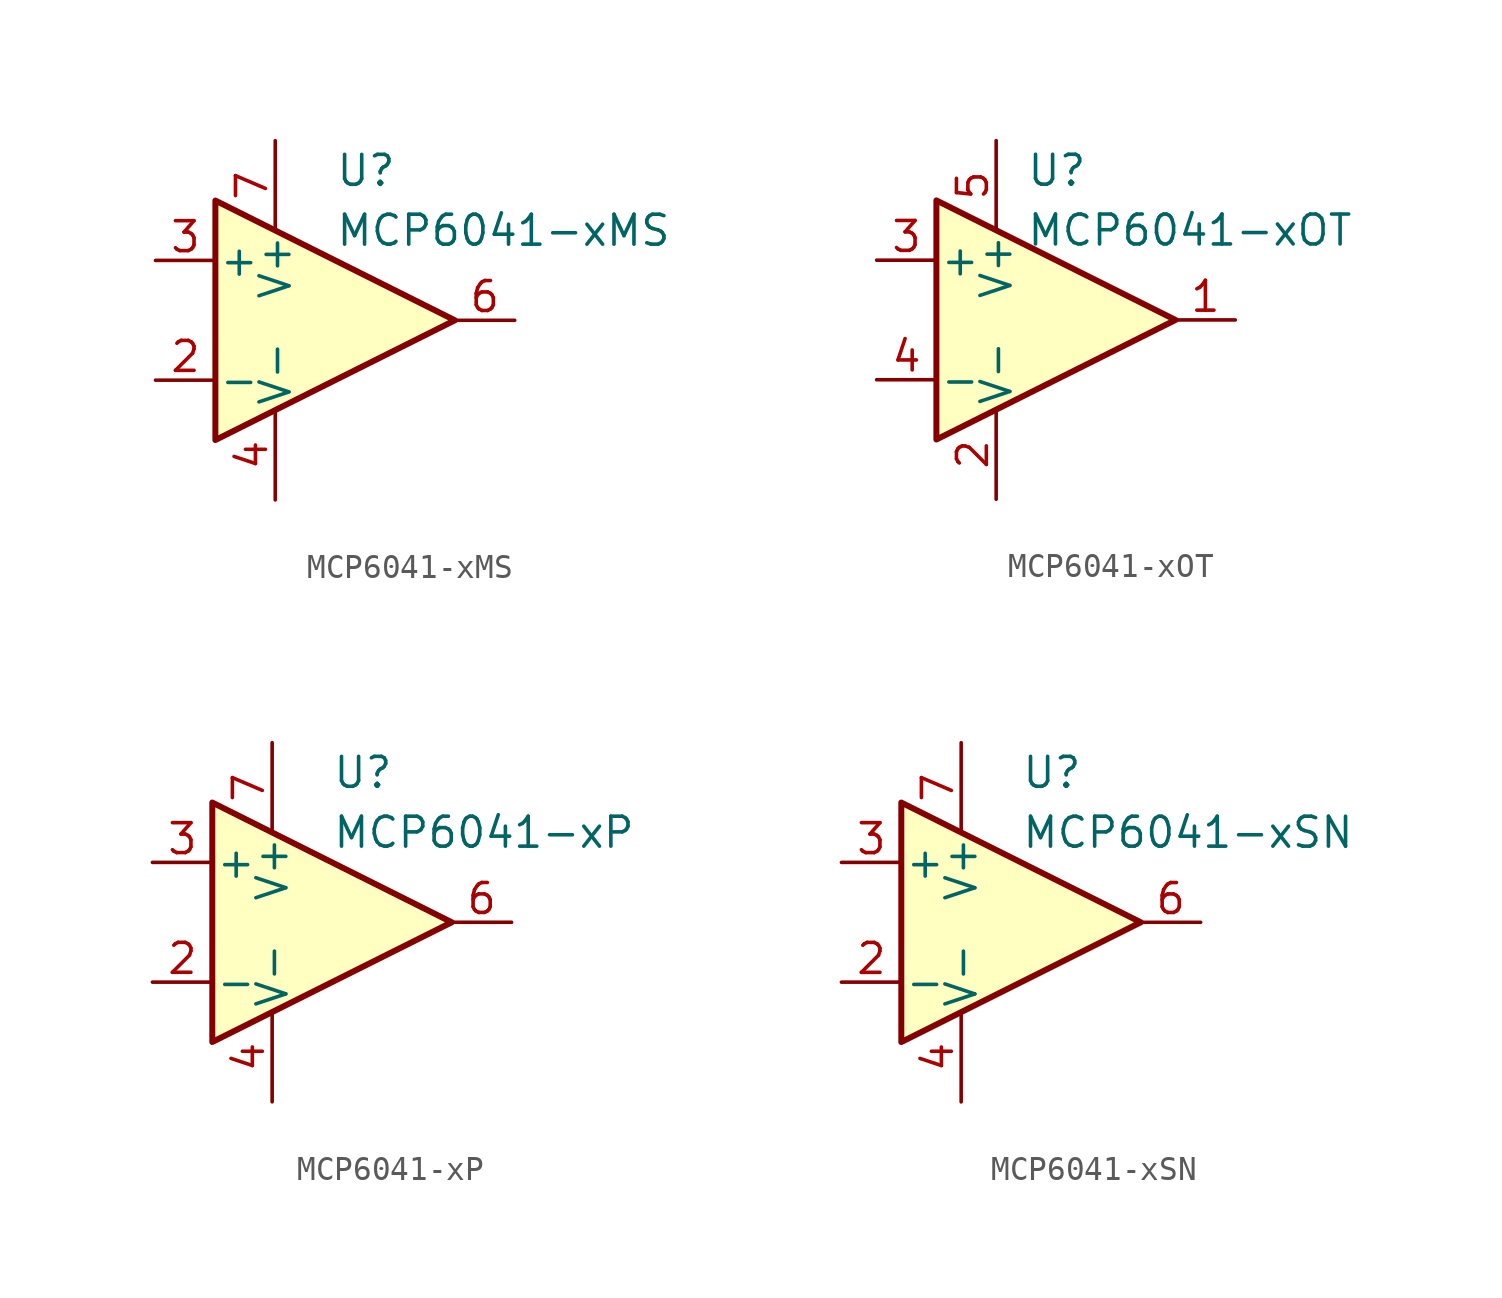
<source format=kicad_sym>
(kicad_symbol_lib
  (version 20211014)
  (generator kicad_symbol_editor)
  (symbol "MCP6041-xMS"
    (pin_names
      (offset 0.127))
    (property "Reference" "U"
      (at 0 6.35 0)
      (effects (font (size 1.27 1.27)) (justify left)))
    (property "Value" "MCP6041-xMS"
      (at 0 3.81 0)
      (effects (font (size 1.27 1.27)) (justify left)))
    (symbol "MCP6041-xMS_0_1"
      (polyline (pts (xy -5.08 5.08) (xy 5.08 0) (xy -5.08 -5.08) (xy -5.08 5.08)) (stroke (width 0.254) (type default) (color 0 0 0 0)) (fill (type background))))
    (symbol "MCP6041-xMS_1_1"
      (pin no_connect line (at -5.08 -2.54 90) (length 2.54) hide (name "NC" (effects (font (size 1.27 1.27)))) (number "1" (effects (font (size 1.27 1.27)))))
      (pin input line (at -7.62 -2.54 0) (length 2.54) (name "-" (effects (font (size 1.27 1.27)))) (number "2" (effects (font (size 1.27 1.27)))))
      (pin input line (at -7.62 2.54 0) (length 2.54) (name "+" (effects (font (size 1.27 1.27)))) (number "3" (effects (font (size 1.27 1.27)))))
      (pin power_in line (at -2.54 -7.62 90) (length 3.81) (name "V-" (effects (font (size 1.27 1.27)))) (number "4" (effects (font (size 1.27 1.27)))))
      (pin no_connect line (at -2.54 -2.54 90) (length 2.54) hide (name "NC" (effects (font (size 1.27 1.27)))) (number "5" (effects (font (size 1.27 1.27)))))
      (pin output line (at 7.62 0 180) (length 2.54) (name "~" (effects (font (size 1.27 1.27)))) (number "6" (effects (font (size 1.27 1.27)))))
      (pin power_in line (at -2.54 7.62 270) (length 3.81) (name "V+" (effects (font (size 1.27 1.27)))) (number "7" (effects (font (size 1.27 1.27)))))
      (pin no_connect line (at 0 -2.54 90) (length 2.54) hide (name "NC" (effects (font (size 1.27 1.27)))) (number "8" (effects (font (size 1.27 1.27)))))))
  (symbol "MCP6041-xOT"
    (pin_names
      (offset 0.127))
    (property "Reference" "U"
      (at -1.27 6.35 0)
      (effects (font (size 1.27 1.27)) (justify left)))
    (property "Value" "MCP6041-xOT"
      (at -1.27 3.81 0)
      (effects (font (size 1.27 1.27)) (justify left)))
    (symbol "MCP6041-xOT_0_1"
      (polyline (pts (xy -5.08 5.08) (xy 5.08 0) (xy -5.08 -5.08) (xy -5.08 5.08)) (stroke (width 0.254) (type default) (color 0 0 0 0)) (fill (type background)))
      (pin power_in line (at -2.54 -7.62 90) (length 3.81) (name "V-" (effects (font (size 1.27 1.27)))) (number "2" (effects (font (size 1.27 1.27)))))
      (pin power_in line (at -2.54 7.62 270) (length 3.81) (name "V+" (effects (font (size 1.27 1.27)))) (number "5" (effects (font (size 1.27 1.27))))))
    (symbol "MCP6041-xOT_1_1"
      (pin output line (at 7.62 0 180) (length 2.54) (name "~" (effects (font (size 1.27 1.27)))) (number "1" (effects (font (size 1.27 1.27)))))
      (pin input line (at -7.62 2.54 0) (length 2.54) (name "+" (effects (font (size 1.27 1.27)))) (number "3" (effects (font (size 1.27 1.27)))))
      (pin input line (at -7.62 -2.54 0) (length 2.54) (name "-" (effects (font (size 1.27 1.27)))) (number "4" (effects (font (size 1.27 1.27)))))))
  (symbol "MCP6041-xP"
    (pin_names
      (offset 0.127))
    (property "Reference" "U"
      (at 0 6.35 0)
      (effects (font (size 1.27 1.27)) (justify left)))
    (property "Value" "MCP6041-xP"
      (at 0 3.81 0)
      (effects (font (size 1.27 1.27)) (justify left)))
    (symbol "MCP6041-xP_0_1"
      (polyline (pts (xy -5.08 5.08) (xy 5.08 0) (xy -5.08 -5.08) (xy -5.08 5.08)) (stroke (width 0.254) (type default) (color 0 0 0 0)) (fill (type background))))
    (symbol "MCP6041-xP_1_1"
      (pin no_connect line (at -5.08 -2.54 90) (length 2.54) hide (name "NC" (effects (font (size 1.27 1.27)))) (number "1" (effects (font (size 1.27 1.27)))))
      (pin input line (at -7.62 -2.54 0) (length 2.54) (name "-" (effects (font (size 1.27 1.27)))) (number "2" (effects (font (size 1.27 1.27)))))
      (pin input line (at -7.62 2.54 0) (length 2.54) (name "+" (effects (font (size 1.27 1.27)))) (number "3" (effects (font (size 1.27 1.27)))))
      (pin power_in line (at -2.54 -7.62 90) (length 3.81) (name "V-" (effects (font (size 1.27 1.27)))) (number "4" (effects (font (size 1.27 1.27)))))
      (pin no_connect line (at -2.54 -2.54 90) (length 2.54) hide (name "NC" (effects (font (size 1.27 1.27)))) (number "5" (effects (font (size 1.27 1.27)))))
      (pin output line (at 7.62 0 180) (length 2.54) (name "~" (effects (font (size 1.27 1.27)))) (number "6" (effects (font (size 1.27 1.27)))))
      (pin power_in line (at -2.54 7.62 270) (length 3.81) (name "V+" (effects (font (size 1.27 1.27)))) (number "7" (effects (font (size 1.27 1.27)))))
      (pin no_connect line (at 0 -2.54 90) (length 2.54) hide (name "NC" (effects (font (size 1.27 1.27)))) (number "8" (effects (font (size 1.27 1.27)))))))
  (symbol "MCP6041-xSN"
    (pin_names
      (offset 0.127))
    (property "Reference" "U"
      (at 0 6.35 0)
      (effects (font (size 1.27 1.27)) (justify left)))
    (property "Value" "MCP6041-xSN"
      (at 0 3.81 0)
      (effects (font (size 1.27 1.27)) (justify left)))
    (symbol "MCP6041-xSN_0_1"
      (polyline (pts (xy -5.08 5.08) (xy 5.08 0) (xy -5.08 -5.08) (xy -5.08 5.08)) (stroke (width 0.254) (type default) (color 0 0 0 0)) (fill (type background))))
    (symbol "MCP6041-xSN_1_1"
      (pin no_connect line (at -5.08 -2.54 90) (length 2.54) hide (name "NC" (effects (font (size 1.27 1.27)))) (number "1" (effects (font (size 1.27 1.27)))))
      (pin input line (at -7.62 -2.54 0) (length 2.54) (name "-" (effects (font (size 1.27 1.27)))) (number "2" (effects (font (size 1.27 1.27)))))
      (pin input line (at -7.62 2.54 0) (length 2.54) (name "+" (effects (font (size 1.27 1.27)))) (number "3" (effects (font (size 1.27 1.27)))))
      (pin power_in line (at -2.54 -7.62 90) (length 3.81) (name "V-" (effects (font (size 1.27 1.27)))) (number "4" (effects (font (size 1.27 1.27)))))
      (pin no_connect line (at -2.54 -2.54 90) (length 2.54) hide (name "NC" (effects (font (size 1.27 1.27)))) (number "5" (effects (font (size 1.27 1.27)))))
      (pin output line (at 7.62 0 180) (length 2.54) (name "~" (effects (font (size 1.27 1.27)))) (number "6" (effects (font (size 1.27 1.27)))))
      (pin power_in line (at -2.54 7.62 270) (length 3.81) (name "V+" (effects (font (size 1.27 1.27)))) (number "7" (effects (font (size 1.27 1.27)))))
      (pin no_connect line (at 0 -2.54 90) (length 2.54) hide (name "NC" (effects (font (size 1.27 1.27)))) (number "8" (effects (font (size 1.27 1.27))))))))
</source>
